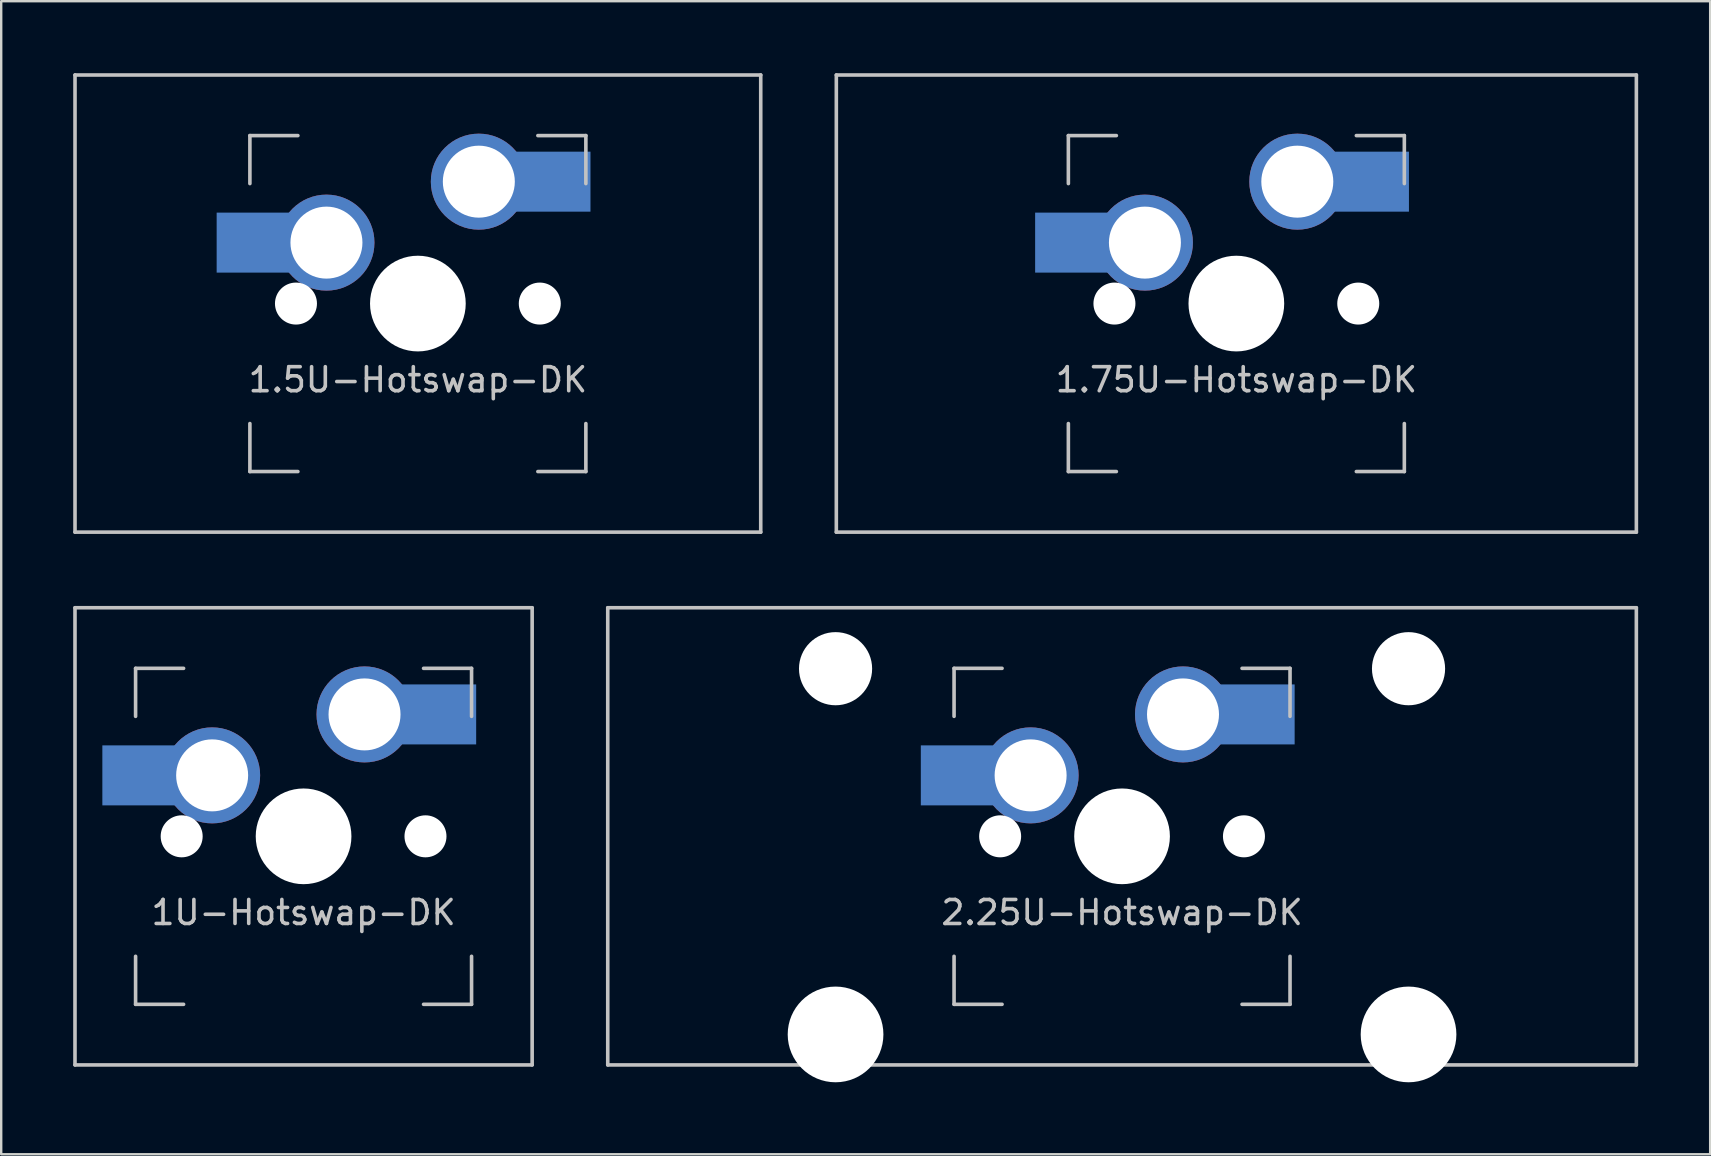
<source format=kicad_pcb>
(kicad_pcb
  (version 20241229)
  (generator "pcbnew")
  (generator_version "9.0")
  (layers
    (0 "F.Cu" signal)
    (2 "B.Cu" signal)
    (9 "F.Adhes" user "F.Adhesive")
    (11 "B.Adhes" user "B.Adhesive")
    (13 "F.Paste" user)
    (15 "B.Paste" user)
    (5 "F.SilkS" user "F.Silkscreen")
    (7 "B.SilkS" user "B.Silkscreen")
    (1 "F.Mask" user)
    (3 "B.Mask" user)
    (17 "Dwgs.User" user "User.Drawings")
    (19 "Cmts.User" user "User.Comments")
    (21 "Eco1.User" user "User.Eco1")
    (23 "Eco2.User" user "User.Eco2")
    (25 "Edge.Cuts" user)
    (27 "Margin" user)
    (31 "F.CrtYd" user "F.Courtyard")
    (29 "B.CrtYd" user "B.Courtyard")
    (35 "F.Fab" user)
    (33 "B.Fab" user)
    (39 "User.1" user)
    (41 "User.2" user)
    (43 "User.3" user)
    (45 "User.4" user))
  (footprint "2.25U-Hotswap-DK"
    (layer "F.Cu")
    (at 43.706 31.8)
    (property "Reference" "2.25U-Hotswap-DK" (at 0 3.175 0) (layer "Dwgs.User") (effects (font (size 1 1) (thickness 0.15))))
    (fp_line (start -21.431 -9.525) (end 21.431 -9.525) (stroke (width 0.15) (type solid)) (layer "Dwgs.User"))
    (fp_line (start -21.431 9.525) (end -21.431 -9.525) (stroke (width 0.15) (type solid)) (layer "Dwgs.User"))
    (fp_line (start -7 -7) (end -7 -5) (stroke (width 0.15) (type solid)) (layer "Dwgs.User"))
    (fp_line (start -7 5) (end -7 7) (stroke (width 0.15) (type solid)) (layer "Dwgs.User"))
    (fp_line (start -7 7) (end -5 7) (stroke (width 0.15) (type solid)) (layer "Dwgs.User"))
    (fp_line (start -5 -7) (end -7 -7) (stroke (width 0.15) (type solid)) (layer "Dwgs.User"))
    (fp_line (start 5 -7) (end 7 -7) (stroke (width 0.15) (type solid)) (layer "Dwgs.User"))
    (fp_line (start 5 7) (end 7 7) (stroke (width 0.15) (type solid)) (layer "Dwgs.User"))
    (fp_line (start 7 -7) (end 7 -5) (stroke (width 0.15) (type solid)) (layer "Dwgs.User"))
    (fp_line (start 7 7) (end 7 5) (stroke (width 0.15) (type solid)) (layer "Dwgs.User"))
    (fp_line (start 21.431 -9.525) (end 21.431 9.525) (stroke (width 0.15) (type solid)) (layer "Dwgs.User"))
    (fp_line (start 21.431 9.525) (end -21.431 9.525) (stroke (width 0.15) (type solid)) (layer "Dwgs.User"))
    (pad "" np_thru_hole circle (at -11.938 -6.985) (size 3.048 3.048) (drill 3.048) (layers "*.Cu" "*.Mask"))
    (pad "" np_thru_hole circle (at -11.938 8.255) (size 3.988 3.988) (drill 3.988) (layers "*.Cu" "*.Mask"))
    (pad "" smd rect (at -7.085 -2.54) (size 2.55 2.5) (layers "B.Mask" "B.Paste"))
    (pad "" np_thru_hole circle (at -5.08 0 48.1) (size 1.75 1.75) (drill 1.75) (layers "*.Cu" "*.Mask"))
    (pad "" np_thru_hole circle (at 0 0) (size 3.988 3.988) (drill 3.988) (layers "*.Cu" "*.Mask"))
    (pad "" np_thru_hole circle (at 5.08 0 48.1) (size 1.75 1.75) (drill 1.75) (layers "*.Cu" "*.Mask"))
    (pad "" smd rect (at 5.842 -5.08) (size 2.55 2.5) (layers "B.Mask" "B.Paste"))
    (pad "" np_thru_hole circle (at 11.938 -6.985) (size 3.048 3.048) (drill 3.048) (layers "*.Cu" "*.Mask"))
    (pad "" np_thru_hole circle (at 11.938 8.255) (size 3.988 3.988) (drill 3.988) (layers "*.Cu" "*.Mask"))
    (pad "1" thru_hole circle (at 2.54 -5.08) (size 4 4) (drill 3) (layers "*.Cu"))
    (pad "1" smd rect (at 5.442 -5.08) (size 3.5 2.5) (layers "B.Cu"))
    (pad "2" smd rect (at -6.635 -2.54) (size 3.5 2.5) (layers "B.Cu"))
    (pad "2" thru_hole circle (at -3.81 -2.54) (size 4 4) (drill 3) (layers "*.Cu")))
  (footprint "1.75U-Hotswap-DK"
    (layer "F.Cu")
    (at 48.469 9.6)
    (property "Reference" "1.75U-Hotswap-DK" (at 0 3.175 0) (layer "Dwgs.User") (effects (font (size 1 1) (thickness 0.15))))
    (fp_line (start -16.669 -9.525) (end 16.669 -9.525) (stroke (width 0.15) (type solid)) (layer "Dwgs.User"))
    (fp_line (start -16.669 9.525) (end -16.669 -9.525) (stroke (width 0.15) (type solid)) (layer "Dwgs.User"))
    (fp_line (start -7 -7) (end -7 -5) (stroke (width 0.15) (type solid)) (layer "Dwgs.User"))
    (fp_line (start -7 5) (end -7 7) (stroke (width 0.15) (type solid)) (layer "Dwgs.User"))
    (fp_line (start -7 7) (end -5 7) (stroke (width 0.15) (type solid)) (layer "Dwgs.User"))
    (fp_line (start -5 -7) (end -7 -7) (stroke (width 0.15) (type solid)) (layer "Dwgs.User"))
    (fp_line (start 5 -7) (end 7 -7) (stroke (width 0.15) (type solid)) (layer "Dwgs.User"))
    (fp_line (start 5 7) (end 7 7) (stroke (width 0.15) (type solid)) (layer "Dwgs.User"))
    (fp_line (start 7 -7) (end 7 -5) (stroke (width 0.15) (type solid)) (layer "Dwgs.User"))
    (fp_line (start 7 7) (end 7 5) (stroke (width 0.15) (type solid)) (layer "Dwgs.User"))
    (fp_line (start 16.669 -9.525) (end 16.669 9.525) (stroke (width 0.15) (type solid)) (layer "Dwgs.User"))
    (fp_line (start 16.669 9.525) (end -16.669 9.525) (stroke (width 0.15) (type solid)) (layer "Dwgs.User"))
    (pad "" smd rect (at -7.085 -2.54) (size 2.55 2.5) (layers "B.Mask" "B.Paste"))
    (pad "" np_thru_hole circle (at -5.08 0 48.1) (size 1.75 1.75) (drill 1.75) (layers "*.Cu" "*.Mask"))
    (pad "" np_thru_hole circle (at 0 0) (size 3.988 3.988) (drill 3.988) (layers "*.Cu" "*.Mask"))
    (pad "" np_thru_hole circle (at 5.08 0 48.1) (size 1.75 1.75) (drill 1.75) (layers "*.Cu" "*.Mask"))
    (pad "" smd rect (at 5.842 -5.08) (size 2.55 2.5) (layers "B.Mask" "B.Paste"))
    (pad "1" thru_hole circle (at 2.54 -5.08) (size 4 4) (drill 3) (layers "*.Cu"))
    (pad "1" smd rect (at 5.442 -5.08) (size 3.5 2.5) (layers "B.Cu"))
    (pad "2" smd rect (at -6.635 -2.54) (size 3.5 2.5) (layers "B.Cu"))
    (pad "2" thru_hole circle (at -3.81 -2.54) (size 4 4) (drill 3) (layers "*.Cu")))
  (footprint "1.5U-Hotswap-DK"
    (layer "F.Cu")
    (at 14.363 9.6)
    (property "Reference" "1.5U-Hotswap-DK" (at 0 3.175 0) (layer "Dwgs.User") (effects (font (size 1 1) (thickness 0.15))))
    (fp_line (start -14.287 -9.525) (end 14.287 -9.525) (stroke (width 0.15) (type solid)) (layer "Dwgs.User"))
    (fp_line (start -14.287 9.525) (end -14.287 -9.525) (stroke (width 0.15) (type solid)) (layer "Dwgs.User"))
    (fp_line (start -7 -7) (end -7 -5) (stroke (width 0.15) (type solid)) (layer "Dwgs.User"))
    (fp_line (start -7 5) (end -7 7) (stroke (width 0.15) (type solid)) (layer "Dwgs.User"))
    (fp_line (start -7 7) (end -5 7) (stroke (width 0.15) (type solid)) (layer "Dwgs.User"))
    (fp_line (start -5 -7) (end -7 -7) (stroke (width 0.15) (type solid)) (layer "Dwgs.User"))
    (fp_line (start 5 -7) (end 7 -7) (stroke (width 0.15) (type solid)) (layer "Dwgs.User"))
    (fp_line (start 5 7) (end 7 7) (stroke (width 0.15) (type solid)) (layer "Dwgs.User"))
    (fp_line (start 7 -7) (end 7 -5) (stroke (width 0.15) (type solid)) (layer "Dwgs.User"))
    (fp_line (start 7 7) (end 7 5) (stroke (width 0.15) (type solid)) (layer "Dwgs.User"))
    (fp_line (start 14.287 -9.525) (end 14.287 9.525) (stroke (width 0.15) (type solid)) (layer "Dwgs.User"))
    (fp_line (start 14.287 9.525) (end -14.287 9.525) (stroke (width 0.15) (type solid)) (layer "Dwgs.User"))
    (pad "" smd rect (at -7.085 -2.54) (size 2.55 2.5) (layers "B.Mask" "B.Paste"))
    (pad "" np_thru_hole circle (at -5.08 0 48.1) (size 1.75 1.75) (drill 1.75) (layers "*.Cu" "*.Mask"))
    (pad "" np_thru_hole circle (at 0 0) (size 3.988 3.988) (drill 3.988) (layers "*.Cu" "*.Mask"))
    (pad "" np_thru_hole circle (at 5.08 0 48.1) (size 1.75 1.75) (drill 1.75) (layers "*.Cu" "*.Mask"))
    (pad "" smd rect (at 5.842 -5.08) (size 2.55 2.5) (layers "B.Mask" "B.Paste"))
    (pad "1" thru_hole circle (at 2.54 -5.08) (size 4 4) (drill 3) (layers "*.Cu"))
    (pad "1" smd rect (at 5.442 -5.08) (size 3.5 2.5) (layers "B.Cu"))
    (pad "2" smd rect (at -6.635 -2.54) (size 3.5 2.5) (layers "B.Cu"))
    (pad "2" thru_hole circle (at -3.81 -2.54) (size 4 4) (drill 3) (layers "*.Cu")))
  (footprint "1U-Hotswap-DK"
    (layer "F.Cu")
    (at 9.6 31.8)
    (property "Reference" "1U-Hotswap-DK" (at 0 3.175 0) (layer "Dwgs.User") (effects (font (size 1 1) (thickness 0.15))))
    (fp_line (start -9.525 -9.525) (end 9.525 -9.525) (stroke (width 0.15) (type solid)) (layer "Dwgs.User"))
    (fp_line (start -9.525 9.525) (end -9.525 -9.525) (stroke (width 0.15) (type solid)) (layer "Dwgs.User"))
    (fp_line (start -7 -7) (end -7 -5) (stroke (width 0.15) (type solid)) (layer "Dwgs.User"))
    (fp_line (start -7 5) (end -7 7) (stroke (width 0.15) (type solid)) (layer "Dwgs.User"))
    (fp_line (start -7 7) (end -5 7) (stroke (width 0.15) (type solid)) (layer "Dwgs.User"))
    (fp_line (start -5 -7) (end -7 -7) (stroke (width 0.15) (type solid)) (layer "Dwgs.User"))
    (fp_line (start 5 -7) (end 7 -7) (stroke (width 0.15) (type solid)) (layer "Dwgs.User"))
    (fp_line (start 5 7) (end 7 7) (stroke (width 0.15) (type solid)) (layer "Dwgs.User"))
    (fp_line (start 7 -7) (end 7 -5) (stroke (width 0.15) (type solid)) (layer "Dwgs.User"))
    (fp_line (start 7 7) (end 7 5) (stroke (width 0.15) (type solid)) (layer "Dwgs.User"))
    (fp_line (start 9.525 -9.525) (end 9.525 9.525) (stroke (width 0.15) (type solid)) (layer "Dwgs.User"))
    (fp_line (start 9.525 9.525) (end -9.525 9.525) (stroke (width 0.15) (type solid)) (layer "Dwgs.User"))
    (pad "" smd rect (at -7.085 -2.54) (size 2.55 2.5) (layers "B.Mask" "B.Paste"))
    (pad "" np_thru_hole circle (at -5.08 0 48.1) (size 1.75 1.75) (drill 1.75) (layers "*.Cu" "*.Mask"))
    (pad "" np_thru_hole circle (at 0 0) (size 3.988 3.988) (drill 3.988) (layers "*.Cu" "*.Mask"))
    (pad "" np_thru_hole circle (at 5.08 0 48.1) (size 1.75 1.75) (drill 1.75) (layers "*.Cu" "*.Mask"))
    (pad "" smd rect (at 5.842 -5.08) (size 2.55 2.5) (layers "B.Mask" "B.Paste"))
    (pad "1" thru_hole circle (at 2.54 -5.08) (size 4 4) (drill 3) (layers "*.Cu"))
    (pad "1" smd rect (at 5.442 -5.08) (size 3.5 2.5) (layers "B.Cu"))
    (pad "2" smd rect (at -6.635 -2.54) (size 3.5 2.5) (layers "B.Cu"))
    (pad "2" thru_hole circle (at -3.81 -2.54) (size 4 4) (drill 3) (layers "*.Cu")))
  (gr_rect
    (start -3 -3)
    (end 68.213 45.049)
    (stroke (width 0.1) (type default))
    (fill no)
    (layer "Edge.Cuts")))
</source>
